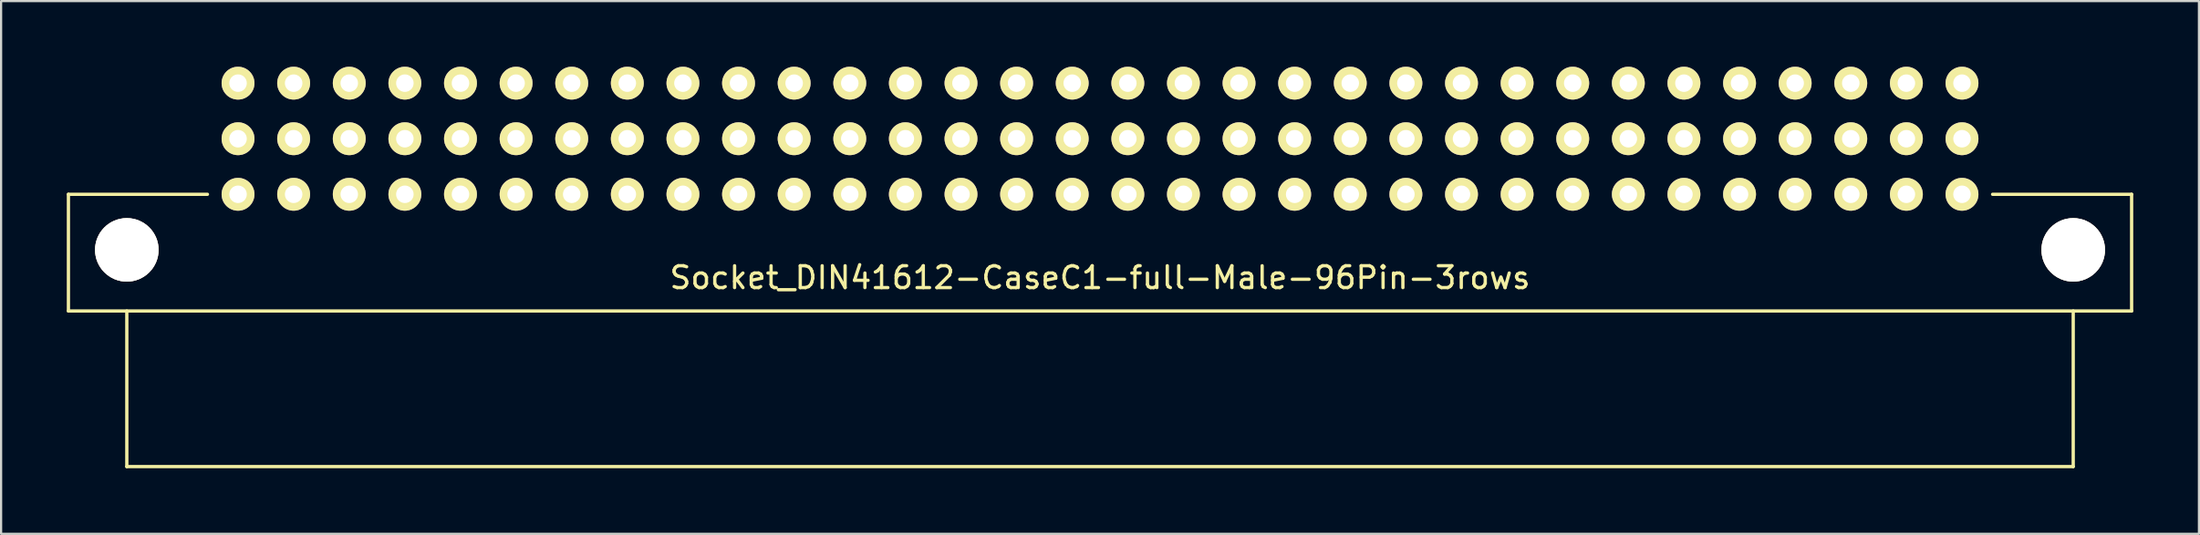
<source format=kicad_pcb>
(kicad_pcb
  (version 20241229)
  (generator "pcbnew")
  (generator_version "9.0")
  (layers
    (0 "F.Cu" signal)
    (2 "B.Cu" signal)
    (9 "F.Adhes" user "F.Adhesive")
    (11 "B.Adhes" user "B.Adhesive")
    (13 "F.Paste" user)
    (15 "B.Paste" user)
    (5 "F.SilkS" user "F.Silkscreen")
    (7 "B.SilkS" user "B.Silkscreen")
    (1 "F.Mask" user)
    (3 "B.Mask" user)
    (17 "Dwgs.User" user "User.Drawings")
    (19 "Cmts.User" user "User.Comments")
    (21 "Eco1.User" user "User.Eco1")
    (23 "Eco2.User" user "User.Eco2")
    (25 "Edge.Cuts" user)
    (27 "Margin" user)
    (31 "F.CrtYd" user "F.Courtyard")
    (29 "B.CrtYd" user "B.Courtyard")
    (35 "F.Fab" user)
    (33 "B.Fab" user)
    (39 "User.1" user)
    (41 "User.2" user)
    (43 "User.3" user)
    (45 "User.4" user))
  (footprint "Socket_DIN41612-CaseC1-full-Male-96Pin-3rows"
    (layer "F.Cu")
    (at 47.192 3.291)
    (property "Reference" "Socket_DIN41612-CaseC1-full-Male-96Pin-3rows" (at 0 6.35 0) (layer "F.SilkS") (effects (font (size 1 1) (thickness 0.15))))
    (attr through_hole)
    (fp_line (start -47.117 2.54) (end -40.767 2.54) (stroke (width 0.15) (type solid)) (layer "F.SilkS"))
    (fp_line (start -47.117 7.874) (end -47.117 2.54) (stroke (width 0.15) (type solid)) (layer "F.SilkS"))
    (fp_line (start -44.45 14.986) (end -44.45 7.874) (stroke (width 0.15) (type solid)) (layer "F.SilkS"))
    (fp_line (start 44.45 7.874) (end 44.45 14.986) (stroke (width 0.15) (type solid)) (layer "F.SilkS"))
    (fp_line (start 44.45 14.986) (end -44.45 14.986) (stroke (width 0.15) (type solid)) (layer "F.SilkS"))
    (fp_line (start 47.117 2.54) (end 40.767 2.54) (stroke (width 0.15) (type solid)) (layer "F.SilkS"))
    (fp_line (start 47.117 2.54) (end 47.117 7.874) (stroke (width 0.15) (type solid)) (layer "F.SilkS"))
    (fp_line (start 47.117 7.874) (end -47.117 7.874) (stroke (width 0.15) (type solid)) (layer "F.SilkS"))
    (pad "1" thru_hole circle (at -44.45 5.08) (size 2.901 2.901) (drill 2.901) (layers "*.Cu" "*.Mask" "F.SilkS"))
    (pad "1" thru_hole circle (at 44.45 5.08) (size 2.901 2.901) (drill 2.901) (layers "*.Cu" "*.Mask" "F.SilkS"))
    (pad "1a" thru_hole circle (at 39.37 -2.54 180) (size 1.501 1.501) (drill 0.8) (layers "*.Cu" "*.Mask" "F.SilkS"))
    (pad "1b" thru_hole circle (at 39.37 0 180) (size 1.501 1.501) (drill 0.8) (layers "*.Cu" "*.Mask" "F.SilkS"))
    (pad "1c" thru_hole circle (at 39.37 2.54 180) (size 1.501 1.501) (drill 0.8) (layers "*.Cu" "*.Mask" "F.SilkS"))
    (pad "2a" thru_hole circle (at 36.83 -2.54 180) (size 1.501 1.501) (drill 0.8) (layers "*.Cu" "*.Mask" "F.SilkS"))
    (pad "2b" thru_hole circle (at 36.83 0 180) (size 1.501 1.501) (drill 0.8) (layers "*.Cu" "*.Mask" "F.SilkS"))
    (pad "2c" thru_hole circle (at 36.83 2.54 180) (size 1.501 1.501) (drill 0.8) (layers "*.Cu" "*.Mask" "F.SilkS"))
    (pad "3a" thru_hole circle (at 34.29 -2.54 180) (size 1.501 1.501) (drill 0.8) (layers "*.Cu" "*.Mask" "F.SilkS"))
    (pad "3b" thru_hole circle (at 34.29 0 180) (size 1.501 1.501) (drill 0.8) (layers "*.Cu" "*.Mask" "F.SilkS"))
    (pad "3c" thru_hole circle (at 34.29 2.54 180) (size 1.501 1.501) (drill 0.8) (layers "*.Cu" "*.Mask" "F.SilkS"))
    (pad "4a" thru_hole circle (at 31.75 -2.54 180) (size 1.501 1.501) (drill 0.8) (layers "*.Cu" "*.Mask" "F.SilkS"))
    (pad "4b" thru_hole circle (at 31.75 0 180) (size 1.501 1.501) (drill 0.8) (layers "*.Cu" "*.Mask" "F.SilkS"))
    (pad "4c" thru_hole circle (at 31.75 2.54 180) (size 1.501 1.501) (drill 0.8) (layers "*.Cu" "*.Mask" "F.SilkS"))
    (pad "5a" thru_hole circle (at 29.21 -2.54 180) (size 1.501 1.501) (drill 0.8) (layers "*.Cu" "*.Mask" "F.SilkS"))
    (pad "5b" thru_hole circle (at 29.21 0 180) (size 1.501 1.501) (drill 0.8) (layers "*.Cu" "*.Mask" "F.SilkS"))
    (pad "5c" thru_hole circle (at 29.21 2.54 180) (size 1.501 1.501) (drill 0.8) (layers "*.Cu" "*.Mask" "F.SilkS"))
    (pad "6a" thru_hole circle (at 26.67 -2.54 180) (size 1.501 1.501) (drill 0.8) (layers "*.Cu" "*.Mask" "F.SilkS"))
    (pad "6b" thru_hole circle (at 26.67 0 180) (size 1.501 1.501) (drill 0.8) (layers "*.Cu" "*.Mask" "F.SilkS"))
    (pad "6c" thru_hole circle (at 26.67 2.54 180) (size 1.501 1.501) (drill 0.8) (layers "*.Cu" "*.Mask" "F.SilkS"))
    (pad "7a" thru_hole circle (at 24.13 -2.54 180) (size 1.501 1.501) (drill 0.8) (layers "*.Cu" "*.Mask" "F.SilkS"))
    (pad "7b" thru_hole circle (at 24.13 0 180) (size 1.501 1.501) (drill 0.8) (layers "*.Cu" "*.Mask" "F.SilkS"))
    (pad "7c" thru_hole circle (at 24.13 2.54 180) (size 1.501 1.501) (drill 0.8) (layers "*.Cu" "*.Mask" "F.SilkS"))
    (pad "8a" thru_hole circle (at 21.59 -2.54 180) (size 1.501 1.501) (drill 0.8) (layers "*.Cu" "*.Mask" "F.SilkS"))
    (pad "8b" thru_hole circle (at 21.59 0 180) (size 1.501 1.501) (drill 0.8) (layers "*.Cu" "*.Mask" "F.SilkS"))
    (pad "8c" thru_hole circle (at 21.59 2.54 180) (size 1.501 1.501) (drill 0.8) (layers "*.Cu" "*.Mask" "F.SilkS"))
    (pad "9a" thru_hole circle (at 19.05 -2.54 180) (size 1.501 1.501) (drill 0.8) (layers "*.Cu" "*.Mask" "F.SilkS"))
    (pad "9b" thru_hole circle (at 19.05 0 180) (size 1.501 1.501) (drill 0.8) (layers "*.Cu" "*.Mask" "F.SilkS"))
    (pad "9c" thru_hole circle (at 19.05 2.54 180) (size 1.501 1.501) (drill 0.8) (layers "*.Cu" "*.Mask" "F.SilkS"))
    (pad "10a" thru_hole circle (at 16.51 -2.54 180) (size 1.501 1.501) (drill 0.8) (layers "*.Cu" "*.Mask" "F.SilkS"))
    (pad "10b" thru_hole circle (at 16.51 0 180) (size 1.501 1.501) (drill 0.8) (layers "*.Cu" "*.Mask" "F.SilkS"))
    (pad "10c" thru_hole circle (at 16.51 2.54 180) (size 1.501 1.501) (drill 0.8) (layers "*.Cu" "*.Mask" "F.SilkS"))
    (pad "11a" thru_hole circle (at 13.97 -2.54 180) (size 1.501 1.501) (drill 0.8) (layers "*.Cu" "*.Mask" "F.SilkS"))
    (pad "11b" thru_hole circle (at 13.97 0 180) (size 1.501 1.501) (drill 0.8) (layers "*.Cu" "*.Mask" "F.SilkS"))
    (pad "11c" thru_hole circle (at 13.97 2.54 180) (size 1.501 1.501) (drill 0.8) (layers "*.Cu" "*.Mask" "F.SilkS"))
    (pad "12a" thru_hole circle (at 11.43 -2.54 180) (size 1.501 1.501) (drill 0.8) (layers "*.Cu" "*.Mask" "F.SilkS"))
    (pad "12b" thru_hole circle (at 11.43 0 180) (size 1.501 1.501) (drill 0.8) (layers "*.Cu" "*.Mask" "F.SilkS"))
    (pad "12c" thru_hole circle (at 11.43 2.54 180) (size 1.501 1.501) (drill 0.8) (layers "*.Cu" "*.Mask" "F.SilkS"))
    (pad "13a" thru_hole circle (at 8.89 -2.54 180) (size 1.501 1.501) (drill 0.8) (layers "*.Cu" "*.Mask" "F.SilkS"))
    (pad "13b" thru_hole circle (at 8.89 0 180) (size 1.501 1.501) (drill 0.8) (layers "*.Cu" "*.Mask" "F.SilkS"))
    (pad "13c" thru_hole circle (at 8.89 2.54 180) (size 1.501 1.501) (drill 0.8) (layers "*.Cu" "*.Mask" "F.SilkS"))
    (pad "14a" thru_hole circle (at 6.35 -2.54 180) (size 1.501 1.501) (drill 0.8) (layers "*.Cu" "*.Mask" "F.SilkS"))
    (pad "14b" thru_hole circle (at 6.35 0 180) (size 1.501 1.501) (drill 0.8) (layers "*.Cu" "*.Mask" "F.SilkS"))
    (pad "14c" thru_hole circle (at 6.35 2.54 180) (size 1.501 1.501) (drill 0.8) (layers "*.Cu" "*.Mask" "F.SilkS"))
    (pad "15a" thru_hole circle (at 3.81 -2.54 180) (size 1.501 1.501) (drill 0.8) (layers "*.Cu" "*.Mask" "F.SilkS"))
    (pad "15b" thru_hole circle (at 3.81 0 180) (size 1.501 1.501) (drill 0.8) (layers "*.Cu" "*.Mask" "F.SilkS"))
    (pad "15c" thru_hole circle (at 3.81 2.54 180) (size 1.501 1.501) (drill 0.8) (layers "*.Cu" "*.Mask" "F.SilkS"))
    (pad "16a" thru_hole circle (at 1.27 -2.54 180) (size 1.501 1.501) (drill 0.8) (layers "*.Cu" "*.Mask" "F.SilkS"))
    (pad "16b" thru_hole circle (at 1.27 0 180) (size 1.501 1.501) (drill 0.8) (layers "*.Cu" "*.Mask" "F.SilkS"))
    (pad "16c" thru_hole circle (at 1.27 2.54 180) (size 1.501 1.501) (drill 0.8) (layers "*.Cu" "*.Mask" "F.SilkS"))
    (pad "17a" thru_hole circle (at -1.27 -2.54 180) (size 1.501 1.501) (drill 0.8) (layers "*.Cu" "*.Mask" "F.SilkS"))
    (pad "17b" thru_hole circle (at -1.27 0 180) (size 1.501 1.501) (drill 0.8) (layers "*.Cu" "*.Mask" "F.SilkS"))
    (pad "17c" thru_hole circle (at -1.27 2.54 180) (size 1.501 1.501) (drill 0.8) (layers "*.Cu" "*.Mask" "F.SilkS"))
    (pad "18a" thru_hole circle (at -3.81 -2.54 180) (size 1.501 1.501) (drill 0.8) (layers "*.Cu" "*.Mask" "F.SilkS"))
    (pad "18b" thru_hole circle (at -3.81 0 180) (size 1.501 1.501) (drill 0.8) (layers "*.Cu" "*.Mask" "F.SilkS"))
    (pad "18c" thru_hole circle (at -3.81 2.54 180) (size 1.501 1.501) (drill 0.8) (layers "*.Cu" "*.Mask" "F.SilkS"))
    (pad "19a" thru_hole circle (at -6.35 -2.54 180) (size 1.501 1.501) (drill 0.8) (layers "*.Cu" "*.Mask" "F.SilkS"))
    (pad "19b" thru_hole circle (at -6.35 0 180) (size 1.501 1.501) (drill 0.8) (layers "*.Cu" "*.Mask" "F.SilkS"))
    (pad "19c" thru_hole circle (at -6.35 2.54 180) (size 1.501 1.501) (drill 0.8) (layers "*.Cu" "*.Mask" "F.SilkS"))
    (pad "20a" thru_hole circle (at -8.89 -2.54 180) (size 1.501 1.501) (drill 0.8) (layers "*.Cu" "*.Mask" "F.SilkS"))
    (pad "20b" thru_hole circle (at -8.89 0 180) (size 1.501 1.501) (drill 0.8) (layers "*.Cu" "*.Mask" "F.SilkS"))
    (pad "20c" thru_hole circle (at -8.89 2.54 180) (size 1.501 1.501) (drill 0.8) (layers "*.Cu" "*.Mask" "F.SilkS"))
    (pad "21a" thru_hole circle (at -11.43 -2.54 180) (size 1.501 1.501) (drill 0.8) (layers "*.Cu" "*.Mask" "F.SilkS"))
    (pad "21b" thru_hole circle (at -11.43 0 180) (size 1.501 1.501) (drill 0.8) (layers "*.Cu" "*.Mask" "F.SilkS"))
    (pad "21c" thru_hole circle (at -11.43 2.54 180) (size 1.501 1.501) (drill 0.8) (layers "*.Cu" "*.Mask" "F.SilkS"))
    (pad "22a" thru_hole circle (at -13.97 -2.54 180) (size 1.501 1.501) (drill 0.8) (layers "*.Cu" "*.Mask" "F.SilkS"))
    (pad "22b" thru_hole circle (at -13.97 0 180) (size 1.501 1.501) (drill 0.8) (layers "*.Cu" "*.Mask" "F.SilkS"))
    (pad "22c" thru_hole circle (at -13.97 2.54 180) (size 1.501 1.501) (drill 0.8) (layers "*.Cu" "*.Mask" "F.SilkS"))
    (pad "23a" thru_hole circle (at -16.51 -2.54 180) (size 1.501 1.501) (drill 0.8) (layers "*.Cu" "*.Mask" "F.SilkS"))
    (pad "23b" thru_hole circle (at -16.51 0 180) (size 1.501 1.501) (drill 0.8) (layers "*.Cu" "*.Mask" "F.SilkS"))
    (pad "23c" thru_hole circle (at -16.51 2.54 180) (size 1.501 1.501) (drill 0.8) (layers "*.Cu" "*.Mask" "F.SilkS"))
    (pad "24" thru_hole circle (at -19.05 -2.54 180) (size 1.501 1.501) (drill 0.8) (layers "*.Cu" "*.Mask" "F.SilkS"))
    (pad "24b" thru_hole circle (at -19.05 0 180) (size 1.501 1.501) (drill 0.8) (layers "*.Cu" "*.Mask" "F.SilkS"))
    (pad "24c" thru_hole circle (at -19.05 2.54 180) (size 1.501 1.501) (drill 0.8) (layers "*.Cu" "*.Mask" "F.SilkS"))
    (pad "25a" thru_hole circle (at -21.59 -2.54 180) (size 1.501 1.501) (drill 0.8) (layers "*.Cu" "*.Mask" "F.SilkS"))
    (pad "25b" thru_hole circle (at -21.59 0 180) (size 1.501 1.501) (drill 0.8) (layers "*.Cu" "*.Mask" "F.SilkS"))
    (pad "25c" thru_hole circle (at -21.59 2.54 180) (size 1.501 1.501) (drill 0.8) (layers "*.Cu" "*.Mask" "F.SilkS"))
    (pad "26a" thru_hole circle (at -24.13 -2.54 180) (size 1.501 1.501) (drill 0.8) (layers "*.Cu" "*.Mask" "F.SilkS"))
    (pad "26b" thru_hole circle (at -24.13 0 180) (size 1.501 1.501) (drill 0.8) (layers "*.Cu" "*.Mask" "F.SilkS"))
    (pad "26c" thru_hole circle (at -24.13 2.54 180) (size 1.501 1.501) (drill 0.8) (layers "*.Cu" "*.Mask" "F.SilkS"))
    (pad "27a" thru_hole circle (at -26.67 -2.54 180) (size 1.501 1.501) (drill 0.8) (layers "*.Cu" "*.Mask" "F.SilkS"))
    (pad "27b" thru_hole circle (at -26.67 0 180) (size 1.501 1.501) (drill 0.8) (layers "*.Cu" "*.Mask" "F.SilkS"))
    (pad "27c" thru_hole circle (at -26.67 2.54 180) (size 1.501 1.501) (drill 0.8) (layers "*.Cu" "*.Mask" "F.SilkS"))
    (pad "28a" thru_hole circle (at -29.21 -2.54 180) (size 1.501 1.501) (drill 0.8) (layers "*.Cu" "*.Mask" "F.SilkS"))
    (pad "28b" thru_hole circle (at -29.21 0 180) (size 1.501 1.501) (drill 0.8) (layers "*.Cu" "*.Mask" "F.SilkS"))
    (pad "28c" thru_hole circle (at -29.21 2.54 180) (size 1.501 1.501) (drill 0.8) (layers "*.Cu" "*.Mask" "F.SilkS"))
    (pad "29a" thru_hole circle (at -31.75 -2.54 180) (size 1.501 1.501) (drill 0.8) (layers "*.Cu" "*.Mask" "F.SilkS"))
    (pad "29b" thru_hole circle (at -31.75 0 180) (size 1.501 1.501) (drill 0.8) (layers "*.Cu" "*.Mask" "F.SilkS"))
    (pad "29c" thru_hole circle (at -31.75 2.54 180) (size 1.501 1.501) (drill 0.8) (layers "*.Cu" "*.Mask" "F.SilkS"))
    (pad "30a" thru_hole circle (at -34.29 -2.54 180) (size 1.501 1.501) (drill 0.8) (layers "*.Cu" "*.Mask" "F.SilkS"))
    (pad "30b" thru_hole circle (at -34.29 0 180) (size 1.501 1.501) (drill 0.8) (layers "*.Cu" "*.Mask" "F.SilkS"))
    (pad "30c" thru_hole circle (at -34.29 2.54 180) (size 1.501 1.501) (drill 0.8) (layers "*.Cu" "*.Mask" "F.SilkS"))
    (pad "31a" thru_hole circle (at -36.83 -2.54 180) (size 1.501 1.501) (drill 0.8) (layers "*.Cu" "*.Mask" "F.SilkS"))
    (pad "31b" thru_hole circle (at -36.83 0 180) (size 1.501 1.501) (drill 0.8) (layers "*.Cu" "*.Mask" "F.SilkS"))
    (pad "31c" thru_hole circle (at -36.83 2.54 180) (size 1.501 1.501) (drill 0.8) (layers "*.Cu" "*.Mask" "F.SilkS"))
    (pad "32a" thru_hole circle (at -39.37 -2.54 180) (size 1.501 1.501) (drill 0.8) (layers "*.Cu" "*.Mask" "F.SilkS"))
    (pad "32b" thru_hole circle (at -39.37 0 180) (size 1.501 1.501) (drill 0.8) (layers "*.Cu" "*.Mask" "F.SilkS"))
    (pad "32c" thru_hole circle (at -39.37 2.54 180) (size 1.501 1.501) (drill 0.8) (layers "*.Cu" "*.Mask" "F.SilkS")))
  (gr_rect
    (start -3 -3)
    (end 97.384 21.352)
    (stroke (width 0.1) (type default))
    (fill no)
    (layer "Edge.Cuts")))
</source>
